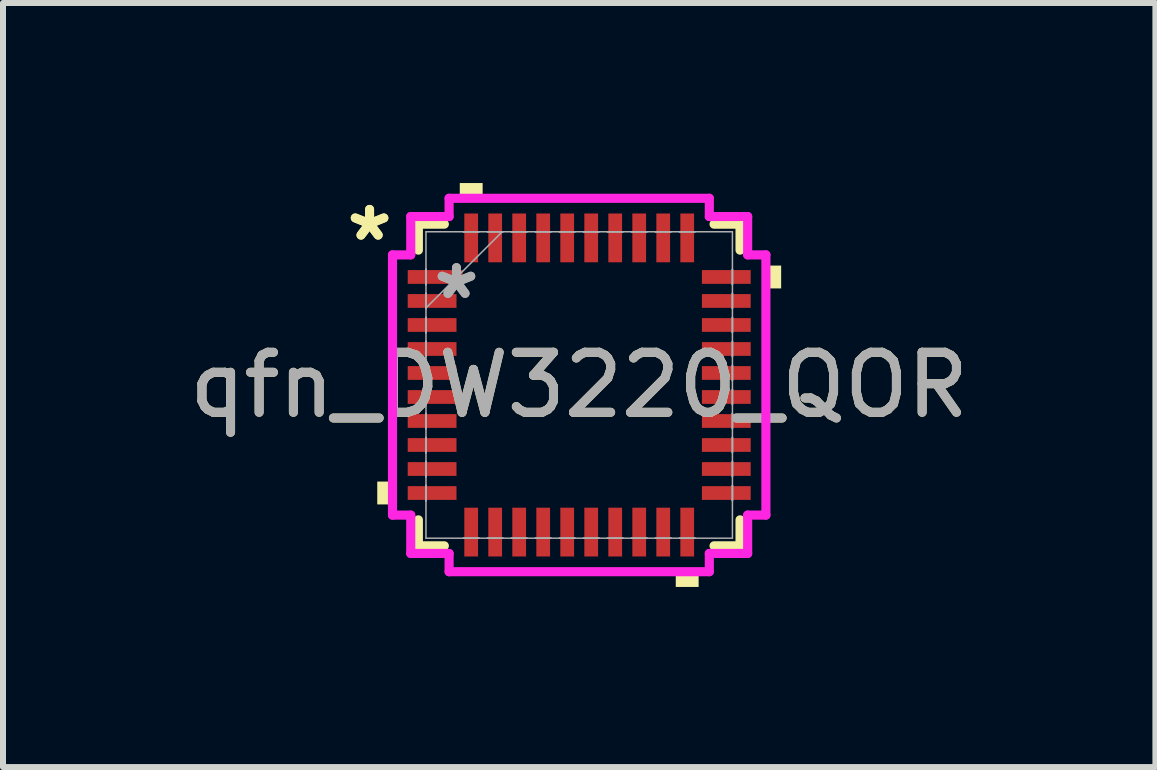
<source format=kicad_pcb>
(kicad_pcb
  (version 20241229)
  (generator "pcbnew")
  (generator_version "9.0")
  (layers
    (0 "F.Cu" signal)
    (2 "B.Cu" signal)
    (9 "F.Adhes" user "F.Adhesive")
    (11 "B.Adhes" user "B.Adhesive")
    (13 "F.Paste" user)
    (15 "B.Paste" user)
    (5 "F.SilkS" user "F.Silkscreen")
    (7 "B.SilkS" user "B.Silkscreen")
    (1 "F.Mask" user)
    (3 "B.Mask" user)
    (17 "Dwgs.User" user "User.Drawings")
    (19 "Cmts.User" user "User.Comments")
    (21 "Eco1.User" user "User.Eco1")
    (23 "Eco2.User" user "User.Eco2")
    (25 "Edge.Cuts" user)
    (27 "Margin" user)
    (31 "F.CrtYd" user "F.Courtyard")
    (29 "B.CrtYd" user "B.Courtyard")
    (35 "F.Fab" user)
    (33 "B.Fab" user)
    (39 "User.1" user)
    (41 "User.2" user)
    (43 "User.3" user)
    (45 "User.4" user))
  (footprint "qfn_DW3220_QOR"
    (layer "F.Cu")
    (at 6.601 3.365)
    (property "Reference" "qfn_DW3220_QOR" (at 0 0 0) (unlocked yes) (layer "F.SilkS") (effects (font (size 1 1) (thickness 0.15))))
    (attr smd)
    (fp_line (start -2.68 -2.68) (end -2.68 -2.247) (stroke (width 0.152) (type solid)) (layer "F.SilkS"))
    (fp_line (start -2.68 2.247) (end -2.68 2.68) (stroke (width 0.152) (type solid)) (layer "F.SilkS"))
    (fp_line (start -2.68 2.68) (end -2.247 2.68) (stroke (width 0.152) (type solid)) (layer "F.SilkS"))
    (fp_line (start -2.247 -2.68) (end -2.68 -2.68) (stroke (width 0.152) (type solid)) (layer "F.SilkS"))
    (fp_line (start 2.247 2.68) (end 2.68 2.68) (stroke (width 0.152) (type solid)) (layer "F.SilkS"))
    (fp_line (start 2.68 -2.68) (end 2.247 -2.68) (stroke (width 0.152) (type solid)) (layer "F.SilkS"))
    (fp_line (start 2.68 -2.247) (end 2.68 -2.68) (stroke (width 0.152) (type solid)) (layer "F.SilkS"))
    (fp_line (start 2.68 2.68) (end 2.68 2.247) (stroke (width 0.152) (type solid)) (layer "F.SilkS"))
    (fp_poly (pts (xy -3.365 1.609) (xy -3.365 1.99) (xy -3.111 1.99) (xy -3.111 1.609)) (stroke (width 0) (type solid)) (fill yes) (layer "F.SilkS"))
    (fp_poly (pts (xy -1.99 -3.111) (xy -1.99 -3.365) (xy -1.609 -3.365) (xy -1.609 -3.111)) (stroke (width 0) (type solid)) (fill yes) (layer "F.SilkS"))
    (fp_poly (pts (xy 1.609 3.111) (xy 1.609 3.365) (xy 1.99 3.365) (xy 1.99 3.111)) (stroke (width 0) (type solid)) (fill yes) (layer "F.SilkS"))
    (fp_poly (pts (xy 3.365 -1.99) (xy 3.365 -1.609) (xy 3.111 -1.609) (xy 3.111 -1.99)) (stroke (width 0) (type solid)) (fill yes) (layer "F.SilkS"))
    (fp_line (start -3.111 -2.168) (end -2.807 -2.168) (stroke (width 0.152) (type solid)) (layer "F.CrtYd"))
    (fp_line (start -3.111 2.168) (end -3.111 -2.168) (stroke (width 0.152) (type solid)) (layer "F.CrtYd"))
    (fp_line (start -3.111 2.168) (end -2.807 2.168) (stroke (width 0.152) (type solid)) (layer "F.CrtYd"))
    (fp_line (start -2.807 -2.807) (end -2.168 -2.807) (stroke (width 0.152) (type solid)) (layer "F.CrtYd"))
    (fp_line (start -2.807 -2.168) (end -2.807 -2.807) (stroke (width 0.152) (type solid)) (layer "F.CrtYd"))
    (fp_line (start -2.807 2.807) (end -2.807 2.168) (stroke (width 0.152) (type solid)) (layer "F.CrtYd"))
    (fp_line (start -2.168 -3.111) (end 2.168 -3.111) (stroke (width 0.152) (type solid)) (layer "F.CrtYd"))
    (fp_line (start -2.168 -2.807) (end -2.168 -3.111) (stroke (width 0.152) (type solid)) (layer "F.CrtYd"))
    (fp_line (start -2.168 2.807) (end -2.807 2.807) (stroke (width 0.152) (type solid)) (layer "F.CrtYd"))
    (fp_line (start -2.168 3.111) (end -2.168 2.807) (stroke (width 0.152) (type solid)) (layer "F.CrtYd"))
    (fp_line (start 2.168 -3.111) (end 2.168 -2.807) (stroke (width 0.152) (type solid)) (layer "F.CrtYd"))
    (fp_line (start 2.168 -2.807) (end 2.807 -2.807) (stroke (width 0.152) (type solid)) (layer "F.CrtYd"))
    (fp_line (start 2.168 2.807) (end 2.168 3.111) (stroke (width 0.152) (type solid)) (layer "F.CrtYd"))
    (fp_line (start 2.168 3.111) (end -2.168 3.111) (stroke (width 0.152) (type solid)) (layer "F.CrtYd"))
    (fp_line (start 2.807 -2.807) (end 2.807 -2.168) (stroke (width 0.152) (type solid)) (layer "F.CrtYd"))
    (fp_line (start 2.807 -2.168) (end 3.111 -2.168) (stroke (width 0.152) (type solid)) (layer "F.CrtYd"))
    (fp_line (start 2.807 2.168) (end 2.807 2.807) (stroke (width 0.152) (type solid)) (layer "F.CrtYd"))
    (fp_line (start 2.807 2.807) (end 2.168 2.807) (stroke (width 0.152) (type solid)) (layer "F.CrtYd"))
    (fp_line (start 3.111 -2.168) (end 3.111 2.168) (stroke (width 0.152) (type solid)) (layer "F.CrtYd"))
    (fp_line (start 3.111 2.168) (end 2.807 2.168) (stroke (width 0.152) (type solid)) (layer "F.CrtYd"))
    (fp_line (start -2.553 -2.553) (end -2.553 2.553) (stroke (width 0.025) (type solid)) (layer "F.Fab"))
    (fp_line (start -2.553 -1.927) (end -2.553 -1.927) (stroke (width 0.025) (type solid)) (layer "F.Fab"))
    (fp_line (start -2.553 -1.927) (end -2.553 -1.673) (stroke (width 0.025) (type solid)) (layer "F.Fab"))
    (fp_line (start -2.553 -1.673) (end -2.553 -1.927) (stroke (width 0.025) (type solid)) (layer "F.Fab"))
    (fp_line (start -2.553 -1.673) (end -2.553 -1.673) (stroke (width 0.025) (type solid)) (layer "F.Fab"))
    (fp_line (start -2.553 -1.527) (end -2.553 -1.527) (stroke (width 0.025) (type solid)) (layer "F.Fab"))
    (fp_line (start -2.553 -1.527) (end -2.553 -1.273) (stroke (width 0.025) (type solid)) (layer "F.Fab"))
    (fp_line (start -2.553 -1.283) (end -1.283 -2.553) (stroke (width 0.025) (type solid)) (layer "F.Fab"))
    (fp_line (start -2.553 -1.273) (end -2.553 -1.527) (stroke (width 0.025) (type solid)) (layer "F.Fab"))
    (fp_line (start -2.553 -1.273) (end -2.553 -1.273) (stroke (width 0.025) (type solid)) (layer "F.Fab"))
    (fp_line (start -2.553 -1.127) (end -2.553 -1.127) (stroke (width 0.025) (type solid)) (layer "F.Fab"))
    (fp_line (start -2.553 -1.127) (end -2.553 -0.873) (stroke (width 0.025) (type solid)) (layer "F.Fab"))
    (fp_line (start -2.553 -0.873) (end -2.553 -1.127) (stroke (width 0.025) (type solid)) (layer "F.Fab"))
    (fp_line (start -2.553 -0.873) (end -2.553 -0.873) (stroke (width 0.025) (type solid)) (layer "F.Fab"))
    (fp_line (start -2.553 -0.727) (end -2.553 -0.727) (stroke (width 0.025) (type solid)) (layer "F.Fab"))
    (fp_line (start -2.553 -0.727) (end -2.553 -0.473) (stroke (width 0.025) (type solid)) (layer "F.Fab"))
    (fp_line (start -2.553 -0.473) (end -2.553 -0.727) (stroke (width 0.025) (type solid)) (layer "F.Fab"))
    (fp_line (start -2.553 -0.473) (end -2.553 -0.473) (stroke (width 0.025) (type solid)) (layer "F.Fab"))
    (fp_line (start -2.553 -0.327) (end -2.553 -0.327) (stroke (width 0.025) (type solid)) (layer "F.Fab"))
    (fp_line (start -2.553 -0.327) (end -2.553 -0.073) (stroke (width 0.025) (type solid)) (layer "F.Fab"))
    (fp_line (start -2.553 -0.073) (end -2.553 -0.327) (stroke (width 0.025) (type solid)) (layer "F.Fab"))
    (fp_line (start -2.553 -0.073) (end -2.553 -0.073) (stroke (width 0.025) (type solid)) (layer "F.Fab"))
    (fp_line (start -2.553 0.073) (end -2.553 0.073) (stroke (width 0.025) (type solid)) (layer "F.Fab"))
    (fp_line (start -2.553 0.073) (end -2.553 0.327) (stroke (width 0.025) (type solid)) (layer "F.Fab"))
    (fp_line (start -2.553 0.327) (end -2.553 0.073) (stroke (width 0.025) (type solid)) (layer "F.Fab"))
    (fp_line (start -2.553 0.327) (end -2.553 0.327) (stroke (width 0.025) (type solid)) (layer "F.Fab"))
    (fp_line (start -2.553 0.473) (end -2.553 0.473) (stroke (width 0.025) (type solid)) (layer "F.Fab"))
    (fp_line (start -2.553 0.473) (end -2.553 0.727) (stroke (width 0.025) (type solid)) (layer "F.Fab"))
    (fp_line (start -2.553 0.727) (end -2.553 0.473) (stroke (width 0.025) (type solid)) (layer "F.Fab"))
    (fp_line (start -2.553 0.727) (end -2.553 0.727) (stroke (width 0.025) (type solid)) (layer "F.Fab"))
    (fp_line (start -2.553 0.873) (end -2.553 0.873) (stroke (width 0.025) (type solid)) (layer "F.Fab"))
    (fp_line (start -2.553 0.873) (end -2.553 1.127) (stroke (width 0.025) (type solid)) (layer "F.Fab"))
    (fp_line (start -2.553 1.127) (end -2.553 0.873) (stroke (width 0.025) (type solid)) (layer "F.Fab"))
    (fp_line (start -2.553 1.127) (end -2.553 1.127) (stroke (width 0.025) (type solid)) (layer "F.Fab"))
    (fp_line (start -2.553 1.273) (end -2.553 1.273) (stroke (width 0.025) (type solid)) (layer "F.Fab"))
    (fp_line (start -2.553 1.273) (end -2.553 1.527) (stroke (width 0.025) (type solid)) (layer "F.Fab"))
    (fp_line (start -2.553 1.527) (end -2.553 1.273) (stroke (width 0.025) (type solid)) (layer "F.Fab"))
    (fp_line (start -2.553 1.527) (end -2.553 1.527) (stroke (width 0.025) (type solid)) (layer "F.Fab"))
    (fp_line (start -2.553 1.673) (end -2.553 1.673) (stroke (width 0.025) (type solid)) (layer "F.Fab"))
    (fp_line (start -2.553 1.673) (end -2.553 1.927) (stroke (width 0.025) (type solid)) (layer "F.Fab"))
    (fp_line (start -2.553 1.927) (end -2.553 1.673) (stroke (width 0.025) (type solid)) (layer "F.Fab"))
    (fp_line (start -2.553 1.927) (end -2.553 1.927) (stroke (width 0.025) (type solid)) (layer "F.Fab"))
    (fp_line (start -2.553 2.553) (end 2.553 2.553) (stroke (width 0.025) (type solid)) (layer "F.Fab"))
    (fp_line (start -1.927 -2.553) (end -1.927 -2.553) (stroke (width 0.025) (type solid)) (layer "F.Fab"))
    (fp_line (start -1.927 -2.553) (end -1.673 -2.553) (stroke (width 0.025) (type solid)) (layer "F.Fab"))
    (fp_line (start -1.927 2.553) (end -1.927 2.553) (stroke (width 0.025) (type solid)) (layer "F.Fab"))
    (fp_line (start -1.927 2.553) (end -1.673 2.553) (stroke (width 0.025) (type solid)) (layer "F.Fab"))
    (fp_line (start -1.673 -2.553) (end -1.927 -2.553) (stroke (width 0.025) (type solid)) (layer "F.Fab"))
    (fp_line (start -1.673 -2.553) (end -1.673 -2.553) (stroke (width 0.025) (type solid)) (layer "F.Fab"))
    (fp_line (start -1.673 2.553) (end -1.927 2.553) (stroke (width 0.025) (type solid)) (layer "F.Fab"))
    (fp_line (start -1.673 2.553) (end -1.673 2.553) (stroke (width 0.025) (type solid)) (layer "F.Fab"))
    (fp_line (start -1.527 -2.553) (end -1.527 -2.553) (stroke (width 0.025) (type solid)) (layer "F.Fab"))
    (fp_line (start -1.527 -2.553) (end -1.273 -2.553) (stroke (width 0.025) (type solid)) (layer "F.Fab"))
    (fp_line (start -1.527 2.553) (end -1.527 2.553) (stroke (width 0.025) (type solid)) (layer "F.Fab"))
    (fp_line (start -1.527 2.553) (end -1.273 2.553) (stroke (width 0.025) (type solid)) (layer "F.Fab"))
    (fp_line (start -1.273 -2.553) (end -1.527 -2.553) (stroke (width 0.025) (type solid)) (layer "F.Fab"))
    (fp_line (start -1.273 -2.553) (end -1.273 -2.553) (stroke (width 0.025) (type solid)) (layer "F.Fab"))
    (fp_line (start -1.273 2.553) (end -1.527 2.553) (stroke (width 0.025) (type solid)) (layer "F.Fab"))
    (fp_line (start -1.273 2.553) (end -1.273 2.553) (stroke (width 0.025) (type solid)) (layer "F.Fab"))
    (fp_line (start -1.127 -2.553) (end -1.127 -2.553) (stroke (width 0.025) (type solid)) (layer "F.Fab"))
    (fp_line (start -1.127 -2.553) (end -0.873 -2.553) (stroke (width 0.025) (type solid)) (layer "F.Fab"))
    (fp_line (start -1.127 2.553) (end -1.127 2.553) (stroke (width 0.025) (type solid)) (layer "F.Fab"))
    (fp_line (start -1.127 2.553) (end -0.873 2.553) (stroke (width 0.025) (type solid)) (layer "F.Fab"))
    (fp_line (start -0.873 -2.553) (end -1.127 -2.553) (stroke (width 0.025) (type solid)) (layer "F.Fab"))
    (fp_line (start -0.873 -2.553) (end -0.873 -2.553) (stroke (width 0.025) (type solid)) (layer "F.Fab"))
    (fp_line (start -0.873 2.553) (end -1.127 2.553) (stroke (width 0.025) (type solid)) (layer "F.Fab"))
    (fp_line (start -0.873 2.553) (end -0.873 2.553) (stroke (width 0.025) (type solid)) (layer "F.Fab"))
    (fp_line (start -0.727 -2.553) (end -0.727 -2.553) (stroke (width 0.025) (type solid)) (layer "F.Fab"))
    (fp_line (start -0.727 -2.553) (end -0.473 -2.553) (stroke (width 0.025) (type solid)) (layer "F.Fab"))
    (fp_line (start -0.727 2.553) (end -0.727 2.553) (stroke (width 0.025) (type solid)) (layer "F.Fab"))
    (fp_line (start -0.727 2.553) (end -0.473 2.553) (stroke (width 0.025) (type solid)) (layer "F.Fab"))
    (fp_line (start -0.473 -2.553) (end -0.727 -2.553) (stroke (width 0.025) (type solid)) (layer "F.Fab"))
    (fp_line (start -0.473 -2.553) (end -0.473 -2.553) (stroke (width 0.025) (type solid)) (layer "F.Fab"))
    (fp_line (start -0.473 2.553) (end -0.727 2.553) (stroke (width 0.025) (type solid)) (layer "F.Fab"))
    (fp_line (start -0.473 2.553) (end -0.473 2.553) (stroke (width 0.025) (type solid)) (layer "F.Fab"))
    (fp_line (start -0.327 -2.553) (end -0.327 -2.553) (stroke (width 0.025) (type solid)) (layer "F.Fab"))
    (fp_line (start -0.327 -2.553) (end -0.073 -2.553) (stroke (width 0.025) (type solid)) (layer "F.Fab"))
    (fp_line (start -0.327 2.553) (end -0.327 2.553) (stroke (width 0.025) (type solid)) (layer "F.Fab"))
    (fp_line (start -0.327 2.553) (end -0.073 2.553) (stroke (width 0.025) (type solid)) (layer "F.Fab"))
    (fp_line (start -0.073 -2.553) (end -0.327 -2.553) (stroke (width 0.025) (type solid)) (layer "F.Fab"))
    (fp_line (start -0.073 -2.553) (end -0.073 -2.553) (stroke (width 0.025) (type solid)) (layer "F.Fab"))
    (fp_line (start -0.073 2.553) (end -0.327 2.553) (stroke (width 0.025) (type solid)) (layer "F.Fab"))
    (fp_line (start -0.073 2.553) (end -0.073 2.553) (stroke (width 0.025) (type solid)) (layer "F.Fab"))
    (fp_line (start 0.073 -2.553) (end 0.073 -2.553) (stroke (width 0.025) (type solid)) (layer "F.Fab"))
    (fp_line (start 0.073 -2.553) (end 0.327 -2.553) (stroke (width 0.025) (type solid)) (layer "F.Fab"))
    (fp_line (start 0.073 2.553) (end 0.073 2.553) (stroke (width 0.025) (type solid)) (layer "F.Fab"))
    (fp_line (start 0.073 2.553) (end 0.327 2.553) (stroke (width 0.025) (type solid)) (layer "F.Fab"))
    (fp_line (start 0.327 -2.553) (end 0.073 -2.553) (stroke (width 0.025) (type solid)) (layer "F.Fab"))
    (fp_line (start 0.327 -2.553) (end 0.327 -2.553) (stroke (width 0.025) (type solid)) (layer "F.Fab"))
    (fp_line (start 0.327 2.553) (end 0.073 2.553) (stroke (width 0.025) (type solid)) (layer "F.Fab"))
    (fp_line (start 0.327 2.553) (end 0.327 2.553) (stroke (width 0.025) (type solid)) (layer "F.Fab"))
    (fp_line (start 0.473 -2.553) (end 0.473 -2.553) (stroke (width 0.025) (type solid)) (layer "F.Fab"))
    (fp_line (start 0.473 -2.553) (end 0.727 -2.553) (stroke (width 0.025) (type solid)) (layer "F.Fab"))
    (fp_line (start 0.473 2.553) (end 0.473 2.553) (stroke (width 0.025) (type solid)) (layer "F.Fab"))
    (fp_line (start 0.473 2.553) (end 0.727 2.553) (stroke (width 0.025) (type solid)) (layer "F.Fab"))
    (fp_line (start 0.727 -2.553) (end 0.473 -2.553) (stroke (width 0.025) (type solid)) (layer "F.Fab"))
    (fp_line (start 0.727 -2.553) (end 0.727 -2.553) (stroke (width 0.025) (type solid)) (layer "F.Fab"))
    (fp_line (start 0.727 2.553) (end 0.473 2.553) (stroke (width 0.025) (type solid)) (layer "F.Fab"))
    (fp_line (start 0.727 2.553) (end 0.727 2.553) (stroke (width 0.025) (type solid)) (layer "F.Fab"))
    (fp_line (start 0.873 -2.553) (end 0.873 -2.553) (stroke (width 0.025) (type solid)) (layer "F.Fab"))
    (fp_line (start 0.873 -2.553) (end 1.127 -2.553) (stroke (width 0.025) (type solid)) (layer "F.Fab"))
    (fp_line (start 0.873 2.553) (end 0.873 2.553) (stroke (width 0.025) (type solid)) (layer "F.Fab"))
    (fp_line (start 0.873 2.553) (end 1.127 2.553) (stroke (width 0.025) (type solid)) (layer "F.Fab"))
    (fp_line (start 1.127 -2.553) (end 0.873 -2.553) (stroke (width 0.025) (type solid)) (layer "F.Fab"))
    (fp_line (start 1.127 -2.553) (end 1.127 -2.553) (stroke (width 0.025) (type solid)) (layer "F.Fab"))
    (fp_line (start 1.127 2.553) (end 0.873 2.553) (stroke (width 0.025) (type solid)) (layer "F.Fab"))
    (fp_line (start 1.127 2.553) (end 1.127 2.553) (stroke (width 0.025) (type solid)) (layer "F.Fab"))
    (fp_line (start 1.273 -2.553) (end 1.273 -2.553) (stroke (width 0.025) (type solid)) (layer "F.Fab"))
    (fp_line (start 1.273 -2.553) (end 1.527 -2.553) (stroke (width 0.025) (type solid)) (layer "F.Fab"))
    (fp_line (start 1.273 2.553) (end 1.273 2.553) (stroke (width 0.025) (type solid)) (layer "F.Fab"))
    (fp_line (start 1.273 2.553) (end 1.527 2.553) (stroke (width 0.025) (type solid)) (layer "F.Fab"))
    (fp_line (start 1.527 -2.553) (end 1.273 -2.553) (stroke (width 0.025) (type solid)) (layer "F.Fab"))
    (fp_line (start 1.527 -2.553) (end 1.527 -2.553) (stroke (width 0.025) (type solid)) (layer "F.Fab"))
    (fp_line (start 1.527 2.553) (end 1.273 2.553) (stroke (width 0.025) (type solid)) (layer "F.Fab"))
    (fp_line (start 1.527 2.553) (end 1.527 2.553) (stroke (width 0.025) (type solid)) (layer "F.Fab"))
    (fp_line (start 1.673 -2.553) (end 1.673 -2.553) (stroke (width 0.025) (type solid)) (layer "F.Fab"))
    (fp_line (start 1.673 -2.553) (end 1.927 -2.553) (stroke (width 0.025) (type solid)) (layer "F.Fab"))
    (fp_line (start 1.673 2.553) (end 1.673 2.553) (stroke (width 0.025) (type solid)) (layer "F.Fab"))
    (fp_line (start 1.673 2.553) (end 1.927 2.553) (stroke (width 0.025) (type solid)) (layer "F.Fab"))
    (fp_line (start 1.927 -2.553) (end 1.673 -2.553) (stroke (width 0.025) (type solid)) (layer "F.Fab"))
    (fp_line (start 1.927 -2.553) (end 1.927 -2.553) (stroke (width 0.025) (type solid)) (layer "F.Fab"))
    (fp_line (start 1.927 2.553) (end 1.673 2.553) (stroke (width 0.025) (type solid)) (layer "F.Fab"))
    (fp_line (start 1.927 2.553) (end 1.927 2.553) (stroke (width 0.025) (type solid)) (layer "F.Fab"))
    (fp_line (start 2.553 -2.553) (end -2.553 -2.553) (stroke (width 0.025) (type solid)) (layer "F.Fab"))
    (fp_line (start 2.553 -1.927) (end 2.553 -1.927) (stroke (width 0.025) (type solid)) (layer "F.Fab"))
    (fp_line (start 2.553 -1.927) (end 2.553 -1.673) (stroke (width 0.025) (type solid)) (layer "F.Fab"))
    (fp_line (start 2.553 -1.673) (end 2.553 -1.927) (stroke (width 0.025) (type solid)) (layer "F.Fab"))
    (fp_line (start 2.553 -1.673) (end 2.553 -1.673) (stroke (width 0.025) (type solid)) (layer "F.Fab"))
    (fp_line (start 2.553 -1.527) (end 2.553 -1.527) (stroke (width 0.025) (type solid)) (layer "F.Fab"))
    (fp_line (start 2.553 -1.527) (end 2.553 -1.273) (stroke (width 0.025) (type solid)) (layer "F.Fab"))
    (fp_line (start 2.553 -1.273) (end 2.553 -1.527) (stroke (width 0.025) (type solid)) (layer "F.Fab"))
    (fp_line (start 2.553 -1.273) (end 2.553 -1.273) (stroke (width 0.025) (type solid)) (layer "F.Fab"))
    (fp_line (start 2.553 -1.127) (end 2.553 -1.127) (stroke (width 0.025) (type solid)) (layer "F.Fab"))
    (fp_line (start 2.553 -1.127) (end 2.553 -0.873) (stroke (width 0.025) (type solid)) (layer "F.Fab"))
    (fp_line (start 2.553 -0.873) (end 2.553 -1.127) (stroke (width 0.025) (type solid)) (layer "F.Fab"))
    (fp_line (start 2.553 -0.873) (end 2.553 -0.873) (stroke (width 0.025) (type solid)) (layer "F.Fab"))
    (fp_line (start 2.553 -0.727) (end 2.553 -0.727) (stroke (width 0.025) (type solid)) (layer "F.Fab"))
    (fp_line (start 2.553 -0.727) (end 2.553 -0.473) (stroke (width 0.025) (type solid)) (layer "F.Fab"))
    (fp_line (start 2.553 -0.473) (end 2.553 -0.727) (stroke (width 0.025) (type solid)) (layer "F.Fab"))
    (fp_line (start 2.553 -0.473) (end 2.553 -0.473) (stroke (width 0.025) (type solid)) (layer "F.Fab"))
    (fp_line (start 2.553 -0.327) (end 2.553 -0.327) (stroke (width 0.025) (type solid)) (layer "F.Fab"))
    (fp_line (start 2.553 -0.327) (end 2.553 -0.073) (stroke (width 0.025) (type solid)) (layer "F.Fab"))
    (fp_line (start 2.553 -0.073) (end 2.553 -0.327) (stroke (width 0.025) (type solid)) (layer "F.Fab"))
    (fp_line (start 2.553 -0.073) (end 2.553 -0.073) (stroke (width 0.025) (type solid)) (layer "F.Fab"))
    (fp_line (start 2.553 0.073) (end 2.553 0.073) (stroke (width 0.025) (type solid)) (layer "F.Fab"))
    (fp_line (start 2.553 0.073) (end 2.553 0.327) (stroke (width 0.025) (type solid)) (layer "F.Fab"))
    (fp_line (start 2.553 0.327) (end 2.553 0.073) (stroke (width 0.025) (type solid)) (layer "F.Fab"))
    (fp_line (start 2.553 0.327) (end 2.553 0.327) (stroke (width 0.025) (type solid)) (layer "F.Fab"))
    (fp_line (start 2.553 0.473) (end 2.553 0.473) (stroke (width 0.025) (type solid)) (layer "F.Fab"))
    (fp_line (start 2.553 0.473) (end 2.553 0.727) (stroke (width 0.025) (type solid)) (layer "F.Fab"))
    (fp_line (start 2.553 0.727) (end 2.553 0.473) (stroke (width 0.025) (type solid)) (layer "F.Fab"))
    (fp_line (start 2.553 0.727) (end 2.553 0.727) (stroke (width 0.025) (type solid)) (layer "F.Fab"))
    (fp_line (start 2.553 0.873) (end 2.553 0.873) (stroke (width 0.025) (type solid)) (layer "F.Fab"))
    (fp_line (start 2.553 0.873) (end 2.553 1.127) (stroke (width 0.025) (type solid)) (layer "F.Fab"))
    (fp_line (start 2.553 1.127) (end 2.553 0.873) (stroke (width 0.025) (type solid)) (layer "F.Fab"))
    (fp_line (start 2.553 1.127) (end 2.553 1.127) (stroke (width 0.025) (type solid)) (layer "F.Fab"))
    (fp_line (start 2.553 1.273) (end 2.553 1.273) (stroke (width 0.025) (type solid)) (layer "F.Fab"))
    (fp_line (start 2.553 1.273) (end 2.553 1.527) (stroke (width 0.025) (type solid)) (layer "F.Fab"))
    (fp_line (start 2.553 1.527) (end 2.553 1.273) (stroke (width 0.025) (type solid)) (layer "F.Fab"))
    (fp_line (start 2.553 1.527) (end 2.553 1.527) (stroke (width 0.025) (type solid)) (layer "F.Fab"))
    (fp_line (start 2.553 1.673) (end 2.553 1.673) (stroke (width 0.025) (type solid)) (layer "F.Fab"))
    (fp_line (start 2.553 1.673) (end 2.553 1.927) (stroke (width 0.025) (type solid)) (layer "F.Fab"))
    (fp_line (start 2.553 1.927) (end 2.553 1.673) (stroke (width 0.025) (type solid)) (layer "F.Fab"))
    (fp_line (start 2.553 1.927) (end 2.553 1.927) (stroke (width 0.025) (type solid)) (layer "F.Fab"))
    (fp_line (start 2.553 2.553) (end 2.553 -2.553) (stroke (width 0.025) (type solid)) (layer "F.Fab"))
    (fp_text user "*" (at -3.493 -2.381 0) (unlocked yes) (layer "F.SilkS") (effects (font (size 1 1) (thickness 0.15))))
    (fp_text user "*" (at -3.493 -2.381 0) (layer "F.SilkS") (effects (font (size 1 1) (thickness 0.15))))
    (fp_text user "${REFERENCE}" (at 0 0 0) (unlocked yes) (layer "F.Fab") (effects (font (size 1 1) (thickness 0.15))))
    (fp_text user "*" (at -2.045 -1.41 0) (unlocked yes) (layer "F.Fab") (effects (font (size 1 1) (thickness 0.15))))
    (fp_text user "*" (at -2.045 -1.41 0) (layer "F.Fab") (effects (font (size 1 1) (thickness 0.15))))
    (pad "1" smd rect (at -2.4 -1.8 90) (size 0.229 0.914) (layers "F.Cu" "F.Mask" "F.Paste"))
    (pad "2" smd rect (at -2.451 -1.4 90) (size 0.229 0.813) (layers "F.Cu" "F.Mask" "F.Paste"))
    (pad "3" smd rect (at -2.451 -1 90) (size 0.229 0.813) (layers "F.Cu" "F.Mask" "F.Paste"))
    (pad "4" smd rect (at -2.451 -0.6 90) (size 0.229 0.813) (layers "F.Cu" "F.Mask" "F.Paste"))
    (pad "5" smd rect (at -2.451 -0.2 90) (size 0.229 0.813) (layers "F.Cu" "F.Mask" "F.Paste"))
    (pad "6" smd rect (at -2.451 0.2 90) (size 0.229 0.813) (layers "F.Cu" "F.Mask" "F.Paste"))
    (pad "7" smd rect (at -2.451 0.6 90) (size 0.229 0.813) (layers "F.Cu" "F.Mask" "F.Paste"))
    (pad "8" smd rect (at -2.451 1 90) (size 0.229 0.813) (layers "F.Cu" "F.Mask" "F.Paste"))
    (pad "9" smd rect (at -2.451 1.4 90) (size 0.229 0.813) (layers "F.Cu" "F.Mask" "F.Paste"))
    (pad "10" smd rect (at -2.451 1.8 90) (size 0.229 0.813) (layers "F.Cu" "F.Mask" "F.Paste"))
    (pad "11" smd rect (at -1.8 2.451) (size 0.229 0.813) (layers "F.Cu" "F.Mask" "F.Paste"))
    (pad "12" smd rect (at -1.4 2.451) (size 0.229 0.813) (layers "F.Cu" "F.Mask" "F.Paste"))
    (pad "13" smd rect (at -1 2.451) (size 0.229 0.813) (layers "F.Cu" "F.Mask" "F.Paste"))
    (pad "14" smd rect (at -0.6 2.451) (size 0.229 0.813) (layers "F.Cu" "F.Mask" "F.Paste"))
    (pad "15" smd rect (at -0.2 2.451) (size 0.229 0.813) (layers "F.Cu" "F.Mask" "F.Paste"))
    (pad "16" smd rect (at 0.2 2.451) (size 0.229 0.813) (layers "F.Cu" "F.Mask" "F.Paste"))
    (pad "17" smd rect (at 0.6 2.451) (size 0.229 0.813) (layers "F.Cu" "F.Mask" "F.Paste"))
    (pad "18" smd rect (at 1 2.451) (size 0.229 0.813) (layers "F.Cu" "F.Mask" "F.Paste"))
    (pad "19" smd rect (at 1.4 2.451) (size 0.229 0.813) (layers "F.Cu" "F.Mask" "F.Paste"))
    (pad "20" smd rect (at 1.8 2.451) (size 0.229 0.813) (layers "F.Cu" "F.Mask" "F.Paste"))
    (pad "21" smd rect (at 2.451 1.8 90) (size 0.229 0.813) (layers "F.Cu" "F.Mask" "F.Paste"))
    (pad "22" smd rect (at 2.451 1.4 90) (size 0.229 0.813) (layers "F.Cu" "F.Mask" "F.Paste"))
    (pad "23" smd rect (at 2.451 1 90) (size 0.229 0.813) (layers "F.Cu" "F.Mask" "F.Paste"))
    (pad "24" smd rect (at 2.451 0.6 90) (size 0.229 0.813) (layers "F.Cu" "F.Mask" "F.Paste"))
    (pad "25" smd rect (at 2.451 0.2 90) (size 0.229 0.813) (layers "F.Cu" "F.Mask" "F.Paste"))
    (pad "26" smd rect (at 2.451 -0.2 90) (size 0.229 0.813) (layers "F.Cu" "F.Mask" "F.Paste"))
    (pad "27" smd rect (at 2.451 -0.6 90) (size 0.229 0.813) (layers "F.Cu" "F.Mask" "F.Paste"))
    (pad "28" smd rect (at 2.451 -1 90) (size 0.229 0.813) (layers "F.Cu" "F.Mask" "F.Paste"))
    (pad "29" smd rect (at 2.451 -1.4 90) (size 0.229 0.813) (layers "F.Cu" "F.Mask" "F.Paste"))
    (pad "30" smd rect (at 2.451 -1.8 90) (size 0.229 0.813) (layers "F.Cu" "F.Mask" "F.Paste"))
    (pad "31" smd rect (at 1.8 -2.451) (size 0.229 0.813) (layers "F.Cu" "F.Mask" "F.Paste"))
    (pad "32" smd rect (at 1.4 -2.451) (size 0.229 0.813) (layers "F.Cu" "F.Mask" "F.Paste"))
    (pad "33" smd rect (at 1 -2.451) (size 0.229 0.813) (layers "F.Cu" "F.Mask" "F.Paste"))
    (pad "34" smd rect (at 0.6 -2.451) (size 0.229 0.813) (layers "F.Cu" "F.Mask" "F.Paste"))
    (pad "35" smd rect (at 0.2 -2.451) (size 0.229 0.813) (layers "F.Cu" "F.Mask" "F.Paste"))
    (pad "36" smd rect (at -0.2 -2.451) (size 0.229 0.813) (layers "F.Cu" "F.Mask" "F.Paste"))
    (pad "37" smd rect (at -0.6 -2.451) (size 0.229 0.813) (layers "F.Cu" "F.Mask" "F.Paste"))
    (pad "38" smd rect (at -1 -2.451) (size 0.229 0.813) (layers "F.Cu" "F.Mask" "F.Paste"))
    (pad "39" smd rect (at -1.4 -2.451) (size 0.229 0.813) (layers "F.Cu" "F.Mask" "F.Paste"))
    (pad "40" smd rect (at -1.8 -2.451) (size 0.229 0.813) (layers "F.Cu" "F.Mask" "F.Paste")))
  (gr_rect
    (start -3 -3)
    (end 16.202 9.731)
    (stroke (width 0.1) (type default))
    (fill no)
    (layer "Edge.Cuts")))
</source>
